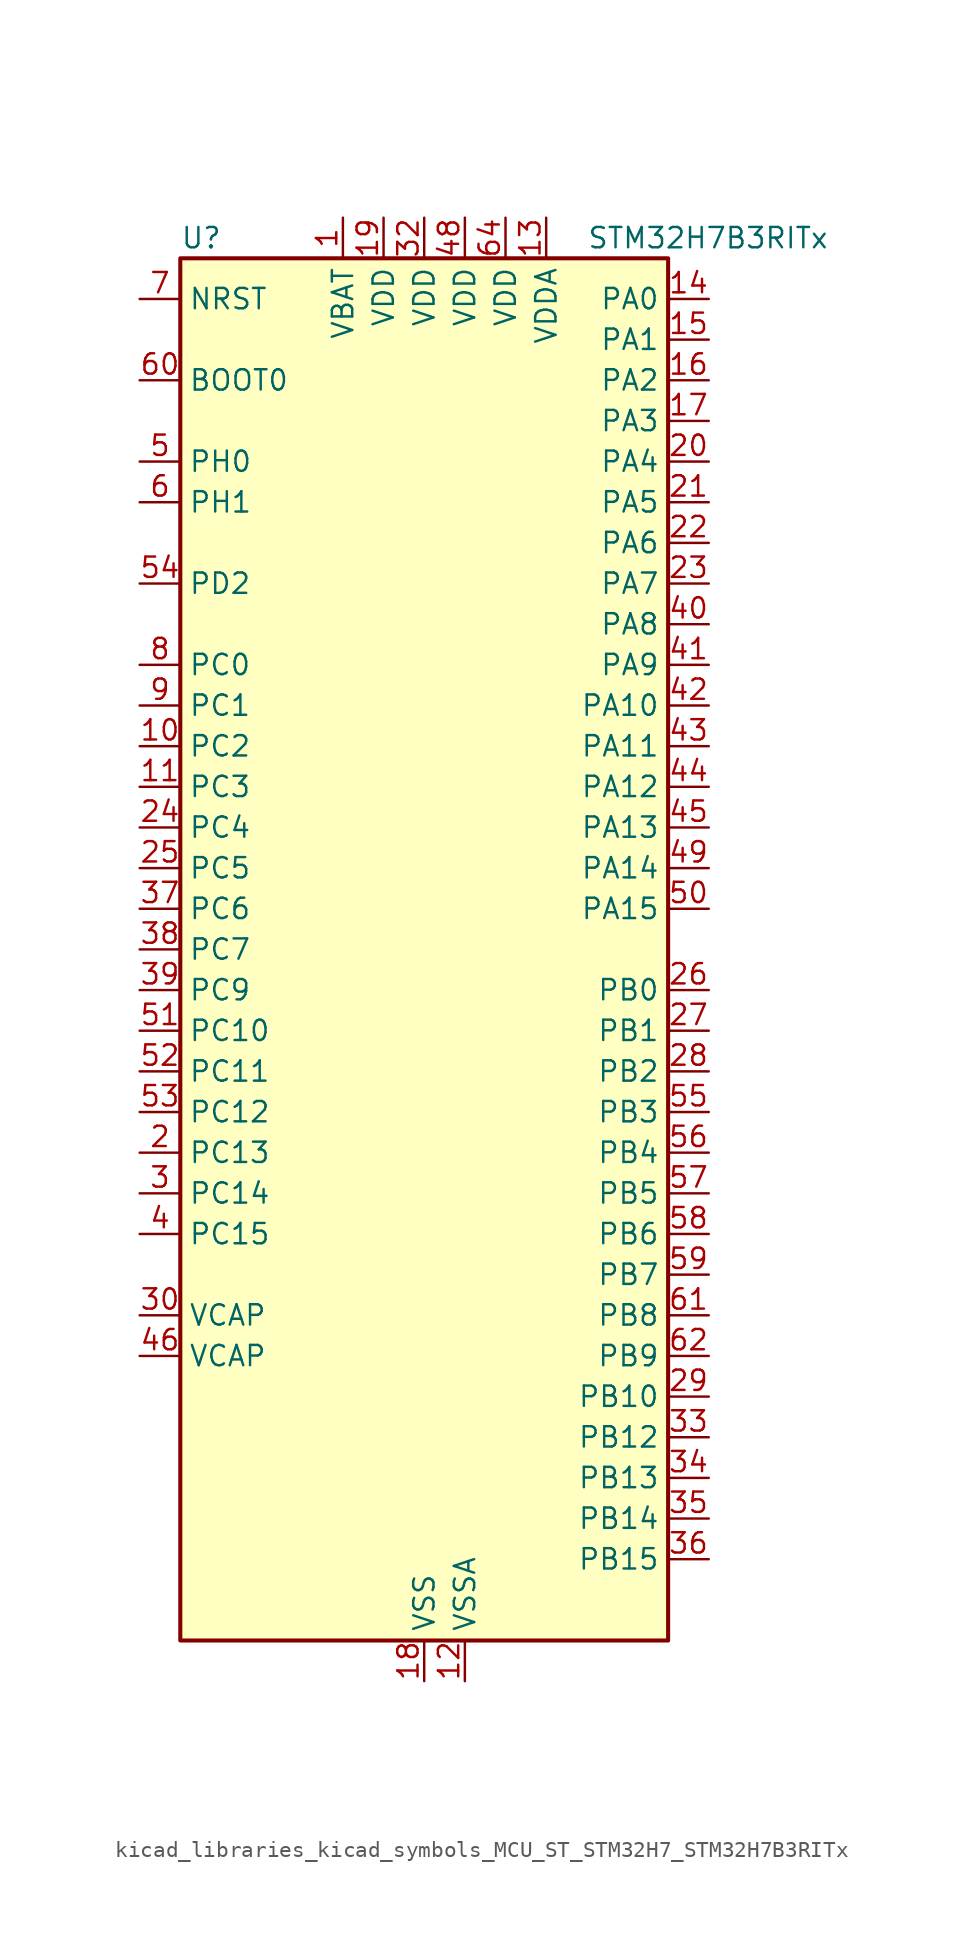
<source format=kicad_sym>
(kicad_symbol_lib
  (version 20220914)
  (generator kicad_symbol_editor)
  (symbol "kicad_libraries_kicad_symbols_MCU_ST_STM32H7_STM32H7B3RITx"
    (property "Reference" "U"
      (at -15.24 44.45 0)
      (effects (font (size 1.27 1.27)) (justify left)))
    (property "Value" "STM32H7B3RITx"
      (at 10.16 44.45 0)
      (effects (font (size 1.27 1.27)) (justify left)))
    (property "ki_locked" ""
      (at 0 0 0)
      (effects (font (size 1.27 1.27))))
    (symbol "kicad_libraries_kicad_symbols_MCU_ST_STM32H7_STM32H7B3RITx_0_1"
      (rectangle (start -15.24 -43.18) (end 15.24 43.18) (stroke (width 0.254) (type default)) (fill (type background))))
    (symbol "kicad_libraries_kicad_symbols_MCU_ST_STM32H7_STM32H7B3RITx_1_1"
      (pin power_in line (at -5.08 45.72 270) (length 2.54) (name "VBAT" (effects (font (size 1.27 1.27)))) (number "1" (effects (font (size 1.27 1.27)))))
      (pin bidirectional line (at -17.78 12.7 0) (length 2.54) (name "PC2" (effects (font (size 1.27 1.27)))) (number "10" (effects (font (size 1.27 1.27)))) (alternate "ADC1_INN11" bidirectional line) (alternate "ADC1_INP12" bidirectional line) (alternate "ADC2_INN11" bidirectional line) (alternate "ADC2_INP12" bidirectional line) (alternate "DFSDM1_CKIN1" bidirectional line) (alternate "DFSDM1_CKOUT" bidirectional line) (alternate "I2S2_SDI" bidirectional line) (alternate "OCTOSPIM_P1_IO2" bidirectional line) (alternate "OCTOSPIM_P1_IO5" bidirectional line) (alternate "PWR_CSTOP" bidirectional line) (alternate "SPI2_MISO" bidirectional line) (alternate "USB_OTG_HS_ULPI_DIR" bidirectional line))
      (pin bidirectional line (at -17.78 10.16 0) (length 2.54) (name "PC3" (effects (font (size 1.27 1.27)))) (number "11" (effects (font (size 1.27 1.27)))) (alternate "ADC1_INN12" bidirectional line) (alternate "ADC1_INP13" bidirectional line) (alternate "ADC2_INN12" bidirectional line) (alternate "ADC2_INP13" bidirectional line) (alternate "DFSDM1_DATIN1" bidirectional line) (alternate "I2S2_SDO" bidirectional line) (alternate "OCTOSPIM_P1_IO0" bidirectional line) (alternate "OCTOSPIM_P1_IO6" bidirectional line) (alternate "PWR_CSLEEP" bidirectional line) (alternate "SPI2_MOSI" bidirectional line) (alternate "USB_OTG_HS_ULPI_NXT" bidirectional line))
      (pin power_in line (at 2.54 -45.72 90) (length 2.54) (name "VSSA" (effects (font (size 1.27 1.27)))) (number "12" (effects (font (size 1.27 1.27)))))
      (pin power_in line (at 7.62 45.72 270) (length 2.54) (name "VDDA" (effects (font (size 1.27 1.27)))) (number "13" (effects (font (size 1.27 1.27)))))
      (pin bidirectional line (at 17.78 40.64 180) (length 2.54) (name "PA0" (effects (font (size 1.27 1.27)))) (number "14" (effects (font (size 1.27 1.27)))) (alternate "ADC1_INP16" bidirectional line) (alternate "I2S6_WS" bidirectional line) (alternate "PWR_WKUP1" bidirectional line) (alternate "SAI2_SD_B" bidirectional line) (alternate "SDMMC2_CMD" bidirectional line) (alternate "SPI6_NSS" bidirectional line) (alternate "TIM15_BKIN" bidirectional line) (alternate "TIM2_CH1" bidirectional line) (alternate "TIM2_ETR" bidirectional line) (alternate "TIM5_CH1" bidirectional line) (alternate "TIM8_ETR" bidirectional line) (alternate "UART4_TX" bidirectional line) (alternate "USART2_CTS" bidirectional line) (alternate "USART2_NSS" bidirectional line))
      (pin bidirectional line (at 17.78 38.1 180) (length 2.54) (name "PA1" (effects (font (size 1.27 1.27)))) (number "15" (effects (font (size 1.27 1.27)))) (alternate "ADC1_INN16" bidirectional line) (alternate "ADC1_INP17" bidirectional line) (alternate "LPTIM3_OUT" bidirectional line) (alternate "LTDC_R2" bidirectional line) (alternate "OCTOSPIM_P1_DQS" bidirectional line) (alternate "OCTOSPIM_P1_IO3" bidirectional line) (alternate "SAI2_MCLK_B" bidirectional line) (alternate "TIM15_CH1N" bidirectional line) (alternate "TIM2_CH2" bidirectional line) (alternate "TIM5_CH2" bidirectional line) (alternate "UART4_RX" bidirectional line) (alternate "USART2_DE" bidirectional line) (alternate "USART2_RTS" bidirectional line))
      (pin bidirectional line (at 17.78 35.56 180) (length 2.54) (name "PA2" (effects (font (size 1.27 1.27)))) (number "16" (effects (font (size 1.27 1.27)))) (alternate "ADC1_INP14" bidirectional line) (alternate "DFSDM2_CKIN1" bidirectional line) (alternate "LTDC_R1" bidirectional line) (alternate "MDIOS_MDIO" bidirectional line) (alternate "PWR_WKUP2" bidirectional line) (alternate "SAI2_SCK_B" bidirectional line) (alternate "TIM15_CH1" bidirectional line) (alternate "TIM2_CH3" bidirectional line) (alternate "TIM5_CH3" bidirectional line) (alternate "USART2_TX" bidirectional line))
      (pin bidirectional line (at 17.78 33.02 180) (length 2.54) (name "PA3" (effects (font (size 1.27 1.27)))) (number "17" (effects (font (size 1.27 1.27)))) (alternate "ADC1_INP15" bidirectional line) (alternate "I2S6_MCK" bidirectional line) (alternate "LTDC_B2" bidirectional line) (alternate "LTDC_B5" bidirectional line) (alternate "OCTOSPIM_P1_CLK" bidirectional line) (alternate "TIM15_CH2" bidirectional line) (alternate "TIM2_CH4" bidirectional line) (alternate "TIM5_CH4" bidirectional line) (alternate "USART2_RX" bidirectional line) (alternate "USB_OTG_HS_ULPI_D0" bidirectional line))
      (pin power_in line (at 0 -45.72 90) (length 2.54) (name "VSS" (effects (font (size 1.27 1.27)))) (number "18" (effects (font (size 1.27 1.27)))))
      (pin power_in line (at -2.54 45.72 270) (length 2.54) (name "VDD" (effects (font (size 1.27 1.27)))) (number "19" (effects (font (size 1.27 1.27)))))
      (pin bidirectional line (at -17.78 -12.7 0) (length 2.54) (name "PC13" (effects (font (size 1.27 1.27)))) (number "2" (effects (font (size 1.27 1.27)))) (alternate "PWR_WKUP4" bidirectional line) (alternate "RTC_OUT_ALARM" bidirectional line) (alternate "RTC_OUT_CALIB" bidirectional line) (alternate "RTC_TAMP1" bidirectional line) (alternate "RTC_TS" bidirectional line))
      (pin bidirectional line (at 17.78 30.48 180) (length 2.54) (name "PA4" (effects (font (size 1.27 1.27)))) (number "20" (effects (font (size 1.27 1.27)))) (alternate "ADC1_INP18" bidirectional line) (alternate "DAC1_OUT1" bidirectional line) (alternate "DCMI_HSYNC" bidirectional line) (alternate "I2S1_WS" bidirectional line) (alternate "I2S3_WS" bidirectional line) (alternate "I2S6_WS" bidirectional line) (alternate "LTDC_VSYNC" bidirectional line) (alternate "PSSI_DE" bidirectional line) (alternate "SPI1_NSS" bidirectional line) (alternate "SPI3_NSS" bidirectional line) (alternate "SPI6_NSS" bidirectional line) (alternate "TIM5_ETR" bidirectional line) (alternate "USART2_CK" bidirectional line))
      (pin bidirectional line (at 17.78 27.94 180) (length 2.54) (name "PA5" (effects (font (size 1.27 1.27)))) (number "21" (effects (font (size 1.27 1.27)))) (alternate "ADC1_INN18" bidirectional line) (alternate "ADC1_INP19" bidirectional line) (alternate "DAC1_OUT2" bidirectional line) (alternate "I2S1_CK" bidirectional line) (alternate "I2S6_CK" bidirectional line) (alternate "LTDC_R4" bidirectional line) (alternate "PSSI_D14" bidirectional line) (alternate "PWR_NDSTOP2" bidirectional line) (alternate "SPI1_SCK" bidirectional line) (alternate "SPI6_SCK" bidirectional line) (alternate "TIM2_CH1" bidirectional line) (alternate "TIM2_ETR" bidirectional line) (alternate "TIM8_CH1N" bidirectional line) (alternate "USB_OTG_HS_ULPI_CK" bidirectional line))
      (pin bidirectional line (at 17.78 25.4 180) (length 2.54) (name "PA6" (effects (font (size 1.27 1.27)))) (number "22" (effects (font (size 1.27 1.27)))) (alternate "ADC1_INP3" bidirectional line) (alternate "ADC2_INP3" bidirectional line) (alternate "DAC2_OUT1" bidirectional line) (alternate "DCMI_PIXCLK" bidirectional line) (alternate "I2S1_SDI" bidirectional line) (alternate "I2S6_SDI" bidirectional line) (alternate "LTDC_G2" bidirectional line) (alternate "MDIOS_MDC" bidirectional line) (alternate "OCTOSPIM_P1_IO3" bidirectional line) (alternate "PSSI_PDCK" bidirectional line) (alternate "SPI1_MISO" bidirectional line) (alternate "SPI6_MISO" bidirectional line) (alternate "TIM13_CH1" bidirectional line) (alternate "TIM1_BKIN" bidirectional line) (alternate "TIM1_BKIN_COMP1" bidirectional line) (alternate "TIM3_CH1" bidirectional line) (alternate "TIM8_BKIN" bidirectional line) (alternate "TIM8_BKIN_COMP1" bidirectional line))
      (pin bidirectional line (at 17.78 22.86 180) (length 2.54) (name "PA7" (effects (font (size 1.27 1.27)))) (number "23" (effects (font (size 1.27 1.27)))) (alternate "ADC1_INN3" bidirectional line) (alternate "ADC1_INP7" bidirectional line) (alternate "ADC2_INN3" bidirectional line) (alternate "ADC2_INP7" bidirectional line) (alternate "DFSDM2_DATIN1" bidirectional line) (alternate "I2S1_SDO" bidirectional line) (alternate "I2S6_SDO" bidirectional line) (alternate "LTDC_VSYNC" bidirectional line) (alternate "OCTOSPIM_P1_IO2" bidirectional line) (alternate "OPAMP1_VINM" bidirectional line) (alternate "SPI1_MOSI" bidirectional line) (alternate "SPI6_MOSI" bidirectional line) (alternate "TIM14_CH1" bidirectional line) (alternate "TIM1_CH1N" bidirectional line) (alternate "TIM3_CH2" bidirectional line) (alternate "TIM8_CH1N" bidirectional line))
      (pin bidirectional line (at -17.78 7.62 0) (length 2.54) (name "PC4" (effects (font (size 1.27 1.27)))) (number "24" (effects (font (size 1.27 1.27)))) (alternate "ADC1_INP4" bidirectional line) (alternate "ADC2_INP4" bidirectional line) (alternate "COMP1_INM" bidirectional line) (alternate "DFSDM1_CKIN2" bidirectional line) (alternate "I2S1_MCK" bidirectional line) (alternate "LTDC_R7" bidirectional line) (alternate "OPAMP1_VOUT" bidirectional line) (alternate "SPDIFRX_IN2" bidirectional line))
      (pin bidirectional line (at -17.78 5.08 0) (length 2.54) (name "PC5" (effects (font (size 1.27 1.27)))) (number "25" (effects (font (size 1.27 1.27)))) (alternate "ADC1_INN4" bidirectional line) (alternate "ADC1_INP8" bidirectional line) (alternate "ADC2_INN4" bidirectional line) (alternate "ADC2_INP8" bidirectional line) (alternate "COMP1_OUT" bidirectional line) (alternate "DFSDM1_DATIN2" bidirectional line) (alternate "LTDC_DE" bidirectional line) (alternate "OCTOSPIM_P1_DQS" bidirectional line) (alternate "OPAMP1_VINM" bidirectional line) (alternate "PSSI_D15" bidirectional line) (alternate "SPDIFRX_IN3" bidirectional line))
      (pin bidirectional line (at 17.78 -2.54 180) (length 2.54) (name "PB0" (effects (font (size 1.27 1.27)))) (number "26" (effects (font (size 1.27 1.27)))) (alternate "ADC1_INN5" bidirectional line) (alternate "ADC1_INP9" bidirectional line) (alternate "ADC2_INN5" bidirectional line) (alternate "ADC2_INP9" bidirectional line) (alternate "COMP1_INP" bidirectional line) (alternate "DFSDM1_CKOUT" bidirectional line) (alternate "DFSDM2_CKOUT" bidirectional line) (alternate "LTDC_G1" bidirectional line) (alternate "LTDC_R3" bidirectional line) (alternate "OCTOSPIM_P1_IO1" bidirectional line) (alternate "OPAMP1_VINP" bidirectional line) (alternate "TIM1_CH2N" bidirectional line) (alternate "TIM3_CH3" bidirectional line) (alternate "TIM8_CH2N" bidirectional line) (alternate "UART4_CTS" bidirectional line) (alternate "USB_OTG_HS_ULPI_D1" bidirectional line))
      (pin bidirectional line (at 17.78 -5.08 180) (length 2.54) (name "PB1" (effects (font (size 1.27 1.27)))) (number "27" (effects (font (size 1.27 1.27)))) (alternate "ADC1_INP5" bidirectional line) (alternate "ADC2_INP5" bidirectional line) (alternate "COMP1_INM" bidirectional line) (alternate "DFSDM1_DATIN1" bidirectional line) (alternate "LTDC_G0" bidirectional line) (alternate "LTDC_R6" bidirectional line) (alternate "OCTOSPIM_P1_IO0" bidirectional line) (alternate "TIM1_CH3N" bidirectional line) (alternate "TIM3_CH4" bidirectional line) (alternate "TIM8_CH3N" bidirectional line) (alternate "USB_OTG_HS_ULPI_D2" bidirectional line))
      (pin bidirectional line (at 17.78 -7.62 180) (length 2.54) (name "PB2" (effects (font (size 1.27 1.27)))) (number "28" (effects (font (size 1.27 1.27)))) (alternate "COMP1_INP" bidirectional line) (alternate "DFSDM1_CKIN1" bidirectional line) (alternate "I2S3_SDO" bidirectional line) (alternate "OCTOSPIM_P1_CLK" bidirectional line) (alternate "OCTOSPIM_P1_DQS" bidirectional line) (alternate "RTC_OUT_ALARM" bidirectional line) (alternate "RTC_OUT_CALIB" bidirectional line) (alternate "SPI3_MOSI" bidirectional line))
      (pin bidirectional line (at 17.78 -27.94 180) (length 2.54) (name "PB10" (effects (font (size 1.27 1.27)))) (number "29" (effects (font (size 1.27 1.27)))) (alternate "DFSDM1_DATIN7" bidirectional line) (alternate "I2S2_CK" bidirectional line) (alternate "LPTIM2_IN1" bidirectional line) (alternate "LTDC_G4" bidirectional line) (alternate "OCTOSPIM_P1_NCS" bidirectional line) (alternate "SPI2_SCK" bidirectional line) (alternate "TIM2_CH3" bidirectional line) (alternate "USART3_TX" bidirectional line) (alternate "USB_OTG_HS_ULPI_D3" bidirectional line))
      (pin bidirectional line (at -17.78 -15.24 0) (length 2.54) (name "PC14" (effects (font (size 1.27 1.27)))) (number "3" (effects (font (size 1.27 1.27)))) (alternate "RCC_OSC32_IN" bidirectional line))
      (pin power_out line (at -17.78 -22.86 0) (length 2.54) (name "VCAP" (effects (font (size 1.27 1.27)))) (number "30" (effects (font (size 1.27 1.27)))))
      (pin passive line (at 0 -45.72 90) (length 2.54) hide (name "VSS" (effects (font (size 1.27 1.27)))) (number "31" (effects (font (size 1.27 1.27)))))
      (pin power_in line (at 0 45.72 270) (length 2.54) (name "VDD" (effects (font (size 1.27 1.27)))) (number "32" (effects (font (size 1.27 1.27)))))
      (pin bidirectional line (at 17.78 -30.48 180) (length 2.54) (name "PB12" (effects (font (size 1.27 1.27)))) (number "33" (effects (font (size 1.27 1.27)))) (alternate "DFSDM1_DATIN1" bidirectional line) (alternate "DFSDM2_DATIN1" bidirectional line) (alternate "FDCAN2_RX" bidirectional line) (alternate "I2S2_WS" bidirectional line) (alternate "OCTOSPIM_P1_NCLK" bidirectional line) (alternate "SPI2_NSS" bidirectional line) (alternate "TIM1_BKIN" bidirectional line) (alternate "TIM1_BKIN_COMP1" bidirectional line) (alternate "UART5_RX" bidirectional line) (alternate "USART3_CK" bidirectional line) (alternate "USB_OTG_HS_ULPI_D5" bidirectional line))
      (pin bidirectional line (at 17.78 -33.02 180) (length 2.54) (name "PB13" (effects (font (size 1.27 1.27)))) (number "34" (effects (font (size 1.27 1.27)))) (alternate "DCMI_D2" bidirectional line) (alternate "DFSDM1_CKIN1" bidirectional line) (alternate "DFSDM2_CKIN1" bidirectional line) (alternate "FDCAN2_TX" bidirectional line) (alternate "I2S2_CK" bidirectional line) (alternate "LPTIM2_OUT" bidirectional line) (alternate "PSSI_D2" bidirectional line) (alternate "SDMMC1_D0" bidirectional line) (alternate "SPI2_SCK" bidirectional line) (alternate "TIM1_CH1N" bidirectional line) (alternate "UART5_TX" bidirectional line) (alternate "USART3_CTS" bidirectional line) (alternate "USART3_NSS" bidirectional line) (alternate "USB_OTG_HS_ULPI_D6" bidirectional line))
      (pin bidirectional line (at 17.78 -35.56 180) (length 2.54) (name "PB14" (effects (font (size 1.27 1.27)))) (number "35" (effects (font (size 1.27 1.27)))) (alternate "DFSDM1_DATIN2" bidirectional line) (alternate "I2S2_SDI" bidirectional line) (alternate "LTDC_CLK" bidirectional line) (alternate "SDMMC2_D0" bidirectional line) (alternate "SPI2_MISO" bidirectional line) (alternate "TIM12_CH1" bidirectional line) (alternate "TIM1_CH2N" bidirectional line) (alternate "TIM8_CH2N" bidirectional line) (alternate "UART4_DE" bidirectional line) (alternate "UART4_RTS" bidirectional line) (alternate "USART1_TX" bidirectional line) (alternate "USART3_DE" bidirectional line) (alternate "USART3_RTS" bidirectional line))
      (pin bidirectional line (at 17.78 -38.1 180) (length 2.54) (name "PB15" (effects (font (size 1.27 1.27)))) (number "36" (effects (font (size 1.27 1.27)))) (alternate "ADC1_EXTI15" bidirectional line) (alternate "ADC2_EXTI15" bidirectional line) (alternate "DFSDM1_CKIN2" bidirectional line) (alternate "I2S2_SDO" bidirectional line) (alternate "LTDC_G7" bidirectional line) (alternate "RTC_REFIN" bidirectional line) (alternate "SDMMC2_D1" bidirectional line) (alternate "SPI2_MOSI" bidirectional line) (alternate "TIM12_CH2" bidirectional line) (alternate "TIM1_CH3N" bidirectional line) (alternate "TIM8_CH3N" bidirectional line) (alternate "UART4_CTS" bidirectional line) (alternate "USART1_RX" bidirectional line))
      (pin bidirectional line (at -17.78 2.54 0) (length 2.54) (name "PC6" (effects (font (size 1.27 1.27)))) (number "37" (effects (font (size 1.27 1.27)))) (alternate "DCMI_D0" bidirectional line) (alternate "DFSDM1_CKIN3" bidirectional line) (alternate "I2S2_MCK" bidirectional line) (alternate "LTDC_HSYNC" bidirectional line) (alternate "PSSI_D0" bidirectional line) (alternate "SDMMC1_D0DIR" bidirectional line) (alternate "SDMMC1_D6" bidirectional line) (alternate "SDMMC2_D6" bidirectional line) (alternate "SWPMI1_IO" bidirectional line) (alternate "TIM3_CH1" bidirectional line) (alternate "TIM8_CH1" bidirectional line) (alternate "USART6_TX" bidirectional line))
      (pin bidirectional line (at -17.78 0 0) (length 2.54) (name "PC7" (effects (font (size 1.27 1.27)))) (number "38" (effects (font (size 1.27 1.27)))) (alternate "DCMI_D1" bidirectional line) (alternate "DEBUG_TRGIO" bidirectional line) (alternate "DFSDM1_DATIN3" bidirectional line) (alternate "I2S3_MCK" bidirectional line) (alternate "LTDC_G6" bidirectional line) (alternate "PSSI_D1" bidirectional line) (alternate "SDMMC1_D123DIR" bidirectional line) (alternate "SDMMC1_D7" bidirectional line) (alternate "SDMMC2_D7" bidirectional line) (alternate "SWPMI1_TX" bidirectional line) (alternate "TIM3_CH2" bidirectional line) (alternate "TIM8_CH2" bidirectional line) (alternate "USART6_RX" bidirectional line))
      (pin bidirectional line (at -17.78 -2.54 0) (length 2.54) (name "PC9" (effects (font (size 1.27 1.27)))) (number "39" (effects (font (size 1.27 1.27)))) (alternate "DAC1_EXTI9" bidirectional line) (alternate "DCMI_D3" bidirectional line) (alternate "I2C3_SDA" bidirectional line) (alternate "I2S_CKIN" bidirectional line) (alternate "LTDC_B2" bidirectional line) (alternate "LTDC_G3" bidirectional line) (alternate "OCTOSPIM_P1_IO0" bidirectional line) (alternate "PSSI_D3" bidirectional line) (alternate "RCC_MCO_2" bidirectional line) (alternate "SDMMC1_D1" bidirectional line) (alternate "SWPMI1_SUSPEND" bidirectional line) (alternate "TIM3_CH4" bidirectional line) (alternate "TIM8_CH4" bidirectional line) (alternate "UART5_CTS" bidirectional line))
      (pin bidirectional line (at -17.78 -17.78 0) (length 2.54) (name "PC15" (effects (font (size 1.27 1.27)))) (number "4" (effects (font (size 1.27 1.27)))) (alternate "ADC1_EXTI15" bidirectional line) (alternate "ADC2_EXTI15" bidirectional line) (alternate "RCC_OSC32_OUT" bidirectional line))
      (pin bidirectional line (at 17.78 20.32 180) (length 2.54) (name "PA8" (effects (font (size 1.27 1.27)))) (number "40" (effects (font (size 1.27 1.27)))) (alternate "I2C3_SCL" bidirectional line) (alternate "LTDC_B3" bidirectional line) (alternate "LTDC_R6" bidirectional line) (alternate "RCC_MCO_1" bidirectional line) (alternate "TIM1_CH1" bidirectional line) (alternate "TIM8_BKIN2" bidirectional line) (alternate "TIM8_BKIN2_COMP1" bidirectional line) (alternate "UART7_RX" bidirectional line) (alternate "USART1_CK" bidirectional line) (alternate "USB_OTG_HS_SOF" bidirectional line))
      (pin bidirectional line (at 17.78 17.78 180) (length 2.54) (name "PA9" (effects (font (size 1.27 1.27)))) (number "41" (effects (font (size 1.27 1.27)))) (alternate "DAC1_EXTI9" bidirectional line) (alternate "DCMI_D0" bidirectional line) (alternate "I2C3_SMBA" bidirectional line) (alternate "I2S2_CK" bidirectional line) (alternate "LPUART1_TX" bidirectional line) (alternate "LTDC_R5" bidirectional line) (alternate "PSSI_D0" bidirectional line) (alternate "SPI2_SCK" bidirectional line) (alternate "TIM1_CH2" bidirectional line) (alternate "USART1_TX" bidirectional line) (alternate "USB_OTG_HS_VBUS" bidirectional line))
      (pin bidirectional line (at 17.78 15.24 180) (length 2.54) (name "PA10" (effects (font (size 1.27 1.27)))) (number "42" (effects (font (size 1.27 1.27)))) (alternate "DCMI_D1" bidirectional line) (alternate "LPUART1_RX" bidirectional line) (alternate "LTDC_B1" bidirectional line) (alternate "LTDC_B4" bidirectional line) (alternate "MDIOS_MDIO" bidirectional line) (alternate "PSSI_D1" bidirectional line) (alternate "TIM1_CH3" bidirectional line) (alternate "USART1_RX" bidirectional line) (alternate "USB_OTG_HS_ID" bidirectional line))
      (pin bidirectional line (at 17.78 12.7 180) (length 2.54) (name "PA11" (effects (font (size 1.27 1.27)))) (number "43" (effects (font (size 1.27 1.27)))) (alternate "ADC1_EXTI11" bidirectional line) (alternate "ADC2_EXTI11" bidirectional line) (alternate "FDCAN1_RX" bidirectional line) (alternate "I2S2_WS" bidirectional line) (alternate "LPUART1_CTS" bidirectional line) (alternate "LTDC_R4" bidirectional line) (alternate "SPI2_NSS" bidirectional line) (alternate "TIM1_CH4" bidirectional line) (alternate "UART4_RX" bidirectional line) (alternate "USART1_CTS" bidirectional line) (alternate "USART1_NSS" bidirectional line) (alternate "USB_OTG_HS_DM" bidirectional line))
      (pin bidirectional line (at 17.78 10.16 180) (length 2.54) (name "PA12" (effects (font (size 1.27 1.27)))) (number "44" (effects (font (size 1.27 1.27)))) (alternate "FDCAN1_TX" bidirectional line) (alternate "I2S2_CK" bidirectional line) (alternate "LPUART1_DE" bidirectional line) (alternate "LPUART1_RTS" bidirectional line) (alternate "LTDC_R5" bidirectional line) (alternate "SAI2_FS_B" bidirectional line) (alternate "SPI2_SCK" bidirectional line) (alternate "TIM1_ETR" bidirectional line) (alternate "UART4_TX" bidirectional line) (alternate "USART1_DE" bidirectional line) (alternate "USART1_RTS" bidirectional line) (alternate "USB_OTG_HS_DP" bidirectional line))
      (pin bidirectional line (at 17.78 7.62 180) (length 2.54) (name "PA13" (effects (font (size 1.27 1.27)))) (number "45" (effects (font (size 1.27 1.27)))) (alternate "DEBUG_JTMS-SWDIO" bidirectional line))
      (pin power_out line (at -17.78 -25.4 0) (length 2.54) (name "VCAP" (effects (font (size 1.27 1.27)))) (number "46" (effects (font (size 1.27 1.27)))))
      (pin passive line (at 0 -45.72 90) (length 2.54) hide (name "VSS" (effects (font (size 1.27 1.27)))) (number "47" (effects (font (size 1.27 1.27)))))
      (pin power_in line (at 2.54 45.72 270) (length 2.54) (name "VDD" (effects (font (size 1.27 1.27)))) (number "48" (effects (font (size 1.27 1.27)))))
      (pin bidirectional line (at 17.78 5.08 180) (length 2.54) (name "PA14" (effects (font (size 1.27 1.27)))) (number "49" (effects (font (size 1.27 1.27)))) (alternate "DEBUG_JTCK-SWCLK" bidirectional line))
      (pin bidirectional line (at -17.78 30.48 0) (length 2.54) (name "PH0" (effects (font (size 1.27 1.27)))) (number "5" (effects (font (size 1.27 1.27)))) (alternate "RCC_OSC_IN" bidirectional line))
      (pin bidirectional line (at 17.78 2.54 180) (length 2.54) (name "PA15" (effects (font (size 1.27 1.27)))) (number "50" (effects (font (size 1.27 1.27)))) (alternate "ADC1_EXTI15" bidirectional line) (alternate "ADC2_EXTI15" bidirectional line) (alternate "CEC" bidirectional line) (alternate "DEBUG_JTDI" bidirectional line) (alternate "I2S1_WS" bidirectional line) (alternate "I2S3_WS" bidirectional line) (alternate "I2S6_WS" bidirectional line) (alternate "LTDC_B6" bidirectional line) (alternate "LTDC_R3" bidirectional line) (alternate "SPI1_NSS" bidirectional line) (alternate "SPI3_NSS" bidirectional line) (alternate "SPI6_NSS" bidirectional line) (alternate "TIM2_CH1" bidirectional line) (alternate "TIM2_ETR" bidirectional line) (alternate "UART4_DE" bidirectional line) (alternate "UART4_RTS" bidirectional line) (alternate "UART7_TX" bidirectional line))
      (pin bidirectional line (at -17.78 -5.08 0) (length 2.54) (name "PC10" (effects (font (size 1.27 1.27)))) (number "51" (effects (font (size 1.27 1.27)))) (alternate "DCMI_D8" bidirectional line) (alternate "DFSDM1_CKIN5" bidirectional line) (alternate "DFSDM2_CKIN0" bidirectional line) (alternate "I2S3_CK" bidirectional line) (alternate "LTDC_B1" bidirectional line) (alternate "LTDC_R2" bidirectional line) (alternate "OCTOSPIM_P1_IO1" bidirectional line) (alternate "PSSI_D8" bidirectional line) (alternate "SDMMC1_D2" bidirectional line) (alternate "SPI3_SCK" bidirectional line) (alternate "SWPMI1_RX" bidirectional line) (alternate "UART4_TX" bidirectional line) (alternate "USART3_TX" bidirectional line))
      (pin bidirectional line (at -17.78 -7.62 0) (length 2.54) (name "PC11" (effects (font (size 1.27 1.27)))) (number "52" (effects (font (size 1.27 1.27)))) (alternate "ADC1_EXTI11" bidirectional line) (alternate "ADC2_EXTI11" bidirectional line) (alternate "DCMI_D4" bidirectional line) (alternate "DFSDM1_DATIN5" bidirectional line) (alternate "DFSDM2_DATIN0" bidirectional line) (alternate "I2S3_SDI" bidirectional line) (alternate "LTDC_B4" bidirectional line) (alternate "OCTOSPIM_P1_NCS" bidirectional line) (alternate "PSSI_D4" bidirectional line) (alternate "SDMMC1_D3" bidirectional line) (alternate "SPI3_MISO" bidirectional line) (alternate "UART4_RX" bidirectional line) (alternate "USART3_RX" bidirectional line))
      (pin bidirectional line (at -17.78 -10.16 0) (length 2.54) (name "PC12" (effects (font (size 1.27 1.27)))) (number "53" (effects (font (size 1.27 1.27)))) (alternate "DCMI_D9" bidirectional line) (alternate "DEBUG_TRACED3" bidirectional line) (alternate "DFSDM2_CKOUT" bidirectional line) (alternate "I2S3_SDO" bidirectional line) (alternate "I2S6_CK" bidirectional line) (alternate "LTDC_R6" bidirectional line) (alternate "PSSI_D9" bidirectional line) (alternate "SDMMC1_CK" bidirectional line) (alternate "SPI3_MOSI" bidirectional line) (alternate "SPI6_SCK" bidirectional line) (alternate "TIM15_CH1" bidirectional line) (alternate "UART5_TX" bidirectional line) (alternate "USART3_CK" bidirectional line))
      (pin bidirectional line (at -17.78 22.86 0) (length 2.54) (name "PD2" (effects (font (size 1.27 1.27)))) (number "54" (effects (font (size 1.27 1.27)))) (alternate "DCMI_D11" bidirectional line) (alternate "DEBUG_TRACED2" bidirectional line) (alternate "LTDC_B2" bidirectional line) (alternate "LTDC_B7" bidirectional line) (alternate "PSSI_D11" bidirectional line) (alternate "SDMMC1_CMD" bidirectional line) (alternate "TIM15_BKIN" bidirectional line) (alternate "TIM3_ETR" bidirectional line) (alternate "UART5_RX" bidirectional line))
      (pin bidirectional line (at 17.78 -10.16 180) (length 2.54) (name "PB3" (effects (font (size 1.27 1.27)))) (number "55" (effects (font (size 1.27 1.27)))) (alternate "CRS_SYNC" bidirectional line) (alternate "DEBUG_JTDO-SWO" bidirectional line) (alternate "I2S1_CK" bidirectional line) (alternate "I2S3_CK" bidirectional line) (alternate "I2S6_CK" bidirectional line) (alternate "SDMMC2_D2" bidirectional line) (alternate "SPI1_SCK" bidirectional line) (alternate "SPI3_SCK" bidirectional line) (alternate "SPI6_SCK" bidirectional line) (alternate "TIM2_CH2" bidirectional line) (alternate "UART7_RX" bidirectional line))
      (pin bidirectional line (at 17.78 -12.7 180) (length 2.54) (name "PB4" (effects (font (size 1.27 1.27)))) (number "56" (effects (font (size 1.27 1.27)))) (alternate "DEBUG_JTRST" bidirectional line) (alternate "I2S1_SDI" bidirectional line) (alternate "I2S2_WS" bidirectional line) (alternate "I2S3_SDI" bidirectional line) (alternate "I2S6_SDI" bidirectional line) (alternate "SDMMC2_D3" bidirectional line) (alternate "SPI1_MISO" bidirectional line) (alternate "SPI2_NSS" bidirectional line) (alternate "SPI3_MISO" bidirectional line) (alternate "SPI6_MISO" bidirectional line) (alternate "TIM16_BKIN" bidirectional line) (alternate "TIM3_CH1" bidirectional line) (alternate "UART7_TX" bidirectional line))
      (pin bidirectional line (at 17.78 -15.24 180) (length 2.54) (name "PB5" (effects (font (size 1.27 1.27)))) (number "57" (effects (font (size 1.27 1.27)))) (alternate "DCMI_D10" bidirectional line) (alternate "FDCAN2_RX" bidirectional line) (alternate "I2C1_SMBA" bidirectional line) (alternate "I2C4_SMBA" bidirectional line) (alternate "I2S1_SDO" bidirectional line) (alternate "I2S3_SDO" bidirectional line) (alternate "I2S6_SDO" bidirectional line) (alternate "LTDC_B5" bidirectional line) (alternate "PSSI_D10" bidirectional line) (alternate "SPI1_MOSI" bidirectional line) (alternate "SPI3_MOSI" bidirectional line) (alternate "SPI6_MOSI" bidirectional line) (alternate "TIM17_BKIN" bidirectional line) (alternate "TIM3_CH2" bidirectional line) (alternate "UART5_RX" bidirectional line) (alternate "USB_OTG_HS_ULPI_D7" bidirectional line))
      (pin bidirectional line (at 17.78 -17.78 180) (length 2.54) (name "PB6" (effects (font (size 1.27 1.27)))) (number "58" (effects (font (size 1.27 1.27)))) (alternate "CEC" bidirectional line) (alternate "DCMI_D5" bidirectional line) (alternate "DFSDM1_DATIN5" bidirectional line) (alternate "FDCAN2_TX" bidirectional line) (alternate "I2C1_SCL" bidirectional line) (alternate "I2C4_SCL" bidirectional line) (alternate "LPUART1_TX" bidirectional line) (alternate "OCTOSPIM_P1_NCS" bidirectional line) (alternate "PSSI_D5" bidirectional line) (alternate "TIM16_CH1N" bidirectional line) (alternate "TIM4_CH1" bidirectional line) (alternate "UART5_TX" bidirectional line) (alternate "USART1_TX" bidirectional line))
      (pin bidirectional line (at 17.78 -20.32 180) (length 2.54) (name "PB7" (effects (font (size 1.27 1.27)))) (number "59" (effects (font (size 1.27 1.27)))) (alternate "DCMI_VSYNC" bidirectional line) (alternate "DFSDM1_CKIN5" bidirectional line) (alternate "I2C1_SDA" bidirectional line) (alternate "I2C4_SDA" bidirectional line) (alternate "LPUART1_RX" bidirectional line) (alternate "PSSI_RDY" bidirectional line) (alternate "PWR_PVD_IN" bidirectional line) (alternate "TIM17_CH1N" bidirectional line) (alternate "TIM4_CH2" bidirectional line) (alternate "USART1_RX" bidirectional line))
      (pin bidirectional line (at -17.78 27.94 0) (length 2.54) (name "PH1" (effects (font (size 1.27 1.27)))) (number "6" (effects (font (size 1.27 1.27)))) (alternate "RCC_OSC_OUT" bidirectional line))
      (pin input line (at -17.78 35.56 0) (length 2.54) (name "BOOT0" (effects (font (size 1.27 1.27)))) (number "60" (effects (font (size 1.27 1.27)))))
      (pin bidirectional line (at 17.78 -22.86 180) (length 2.54) (name "PB8" (effects (font (size 1.27 1.27)))) (number "61" (effects (font (size 1.27 1.27)))) (alternate "DCMI_D6" bidirectional line) (alternate "DFSDM1_CKIN7" bidirectional line) (alternate "FDCAN1_RX" bidirectional line) (alternate "I2C1_SCL" bidirectional line) (alternate "I2C4_SCL" bidirectional line) (alternate "LTDC_B6" bidirectional line) (alternate "PSSI_D6" bidirectional line) (alternate "SDMMC1_CKIN" bidirectional line) (alternate "SDMMC1_D4" bidirectional line) (alternate "SDMMC2_D4" bidirectional line) (alternate "TIM16_CH1" bidirectional line) (alternate "TIM4_CH3" bidirectional line) (alternate "UART4_RX" bidirectional line))
      (pin bidirectional line (at 17.78 -25.4 180) (length 2.54) (name "PB9" (effects (font (size 1.27 1.27)))) (number "62" (effects (font (size 1.27 1.27)))) (alternate "DAC1_EXTI9" bidirectional line) (alternate "DCMI_D7" bidirectional line) (alternate "DFSDM1_DATIN7" bidirectional line) (alternate "FDCAN1_TX" bidirectional line) (alternate "I2C1_SDA" bidirectional line) (alternate "I2C4_SDA" bidirectional line) (alternate "I2C4_SMBA" bidirectional line) (alternate "I2S2_WS" bidirectional line) (alternate "LTDC_B7" bidirectional line) (alternate "PSSI_D7" bidirectional line) (alternate "SDMMC1_CDIR" bidirectional line) (alternate "SDMMC1_D5" bidirectional line) (alternate "SDMMC2_D5" bidirectional line) (alternate "SPI2_NSS" bidirectional line) (alternate "TIM17_CH1" bidirectional line) (alternate "TIM4_CH4" bidirectional line) (alternate "UART4_TX" bidirectional line))
      (pin passive line (at 0 -45.72 90) (length 2.54) hide (name "VSS" (effects (font (size 1.27 1.27)))) (number "63" (effects (font (size 1.27 1.27)))))
      (pin power_in line (at 5.08 45.72 270) (length 2.54) (name "VDD" (effects (font (size 1.27 1.27)))) (number "64" (effects (font (size 1.27 1.27)))))
      (pin input line (at -17.78 40.64 0) (length 2.54) (name "NRST" (effects (font (size 1.27 1.27)))) (number "7" (effects (font (size 1.27 1.27)))))
      (pin bidirectional line (at -17.78 17.78 0) (length 2.54) (name "PC0" (effects (font (size 1.27 1.27)))) (number "8" (effects (font (size 1.27 1.27)))) (alternate "ADC1_INP10" bidirectional line) (alternate "ADC2_INP10" bidirectional line) (alternate "DFSDM1_CKIN0" bidirectional line) (alternate "DFSDM1_DATIN4" bidirectional line) (alternate "LTDC_G2" bidirectional line) (alternate "LTDC_R5" bidirectional line) (alternate "SAI2_FS_B" bidirectional line) (alternate "USB_OTG_HS_ULPI_STP" bidirectional line))
      (pin bidirectional line (at -17.78 15.24 0) (length 2.54) (name "PC1" (effects (font (size 1.27 1.27)))) (number "9" (effects (font (size 1.27 1.27)))) (alternate "ADC1_INN10" bidirectional line) (alternate "ADC1_INP11" bidirectional line) (alternate "ADC2_INN10" bidirectional line) (alternate "ADC2_INP11" bidirectional line) (alternate "DEBUG_TRACED0" bidirectional line) (alternate "DFSDM1_CKIN4" bidirectional line) (alternate "DFSDM1_DATIN0" bidirectional line) (alternate "I2S2_SDO" bidirectional line) (alternate "LTDC_G5" bidirectional line) (alternate "MDIOS_MDC" bidirectional line) (alternate "OCTOSPIM_P1_IO4" bidirectional line) (alternate "PWR_WKUP6" bidirectional line) (alternate "RTC_TAMP3" bidirectional line) (alternate "SDMMC2_CK" bidirectional line) (alternate "SPI2_MOSI" bidirectional line)))))
</source>
